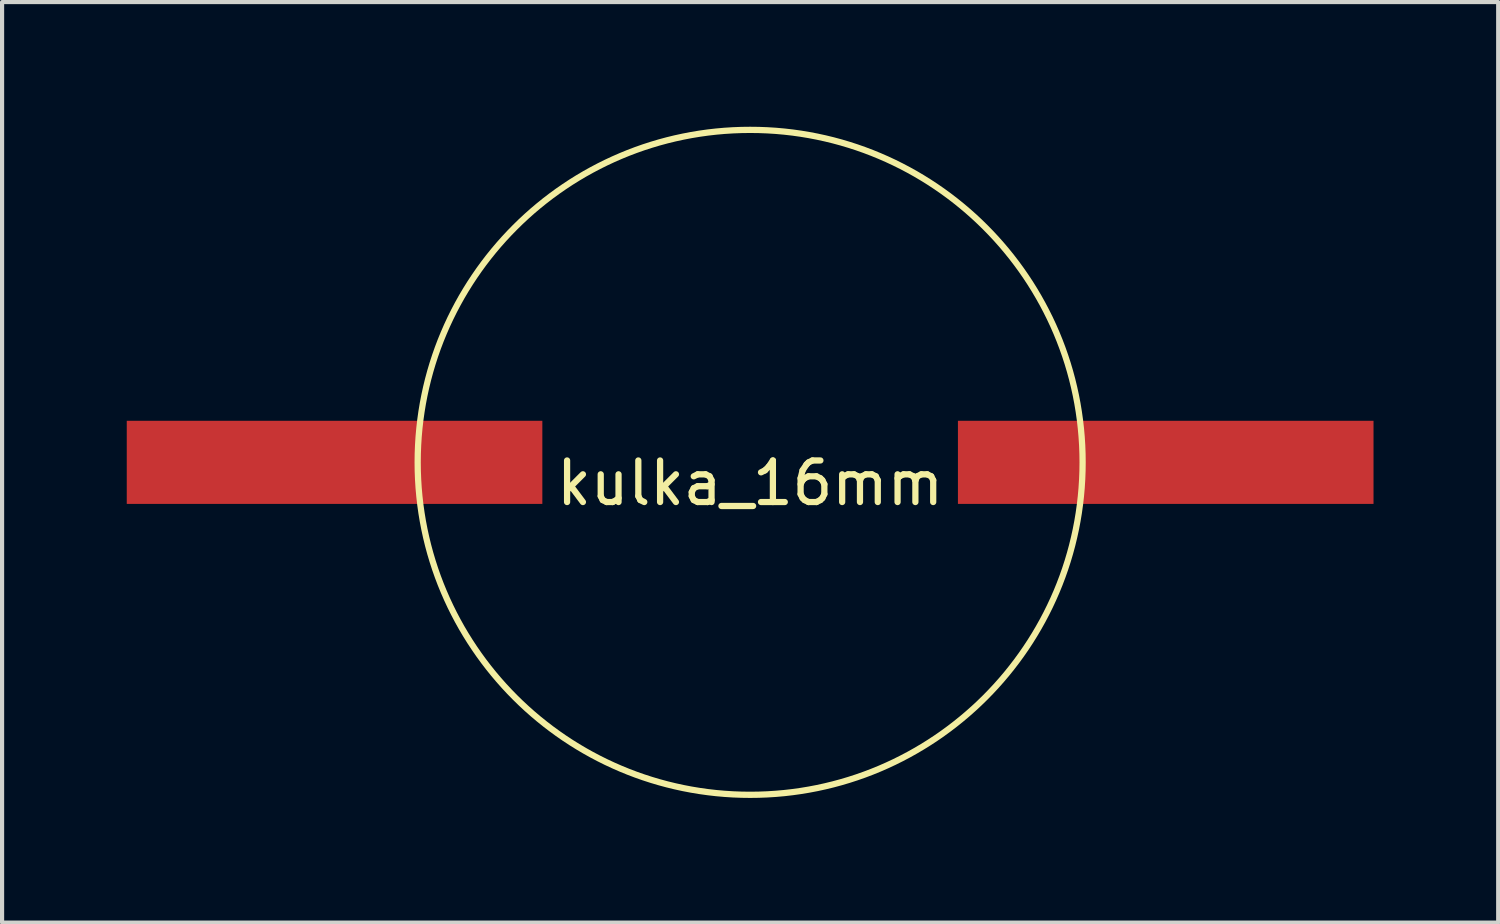
<source format=kicad_pcb>
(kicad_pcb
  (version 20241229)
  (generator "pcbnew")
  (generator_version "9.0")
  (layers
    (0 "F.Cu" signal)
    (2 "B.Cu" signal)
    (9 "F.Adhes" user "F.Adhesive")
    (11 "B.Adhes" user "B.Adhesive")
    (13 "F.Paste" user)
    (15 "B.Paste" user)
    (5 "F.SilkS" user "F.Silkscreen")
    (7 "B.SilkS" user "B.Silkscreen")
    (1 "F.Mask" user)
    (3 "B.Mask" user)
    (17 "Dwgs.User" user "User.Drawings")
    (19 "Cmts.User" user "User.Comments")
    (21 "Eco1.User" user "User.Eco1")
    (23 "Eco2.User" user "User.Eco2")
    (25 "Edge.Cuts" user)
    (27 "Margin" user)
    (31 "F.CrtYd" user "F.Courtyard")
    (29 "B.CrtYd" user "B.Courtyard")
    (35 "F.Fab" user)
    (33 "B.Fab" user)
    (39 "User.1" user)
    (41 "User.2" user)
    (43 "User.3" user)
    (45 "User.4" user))
  (footprint "kulka_16mm"
    (layer "F.Cu")
    (at 15 8.075)
    (property "Reference" "kulka_16mm" (at 0 0.5 0) (layer "F.SilkS") (effects (font (size 1 1) (thickness 0.15))))
    (attr through_hole)
    (fp_circle (center 0 0) (end 8 0) (stroke (width 0.15) (type solid)) (fill no) (layer "F.SilkS"))
    (pad "0" smd rect (at -10 0) (size 10 2) (layers "F.Cu" "F.Mask" "F.Paste"))
    (pad "0" smd rect (at 10 0) (size 10 2) (layers "F.Cu" "F.Mask" "F.Paste")))
  (gr_rect
    (start -3 -3)
    (end 33 19.15)
    (stroke (width 0.1) (type default))
    (fill no)
    (layer "Edge.Cuts")))
</source>
